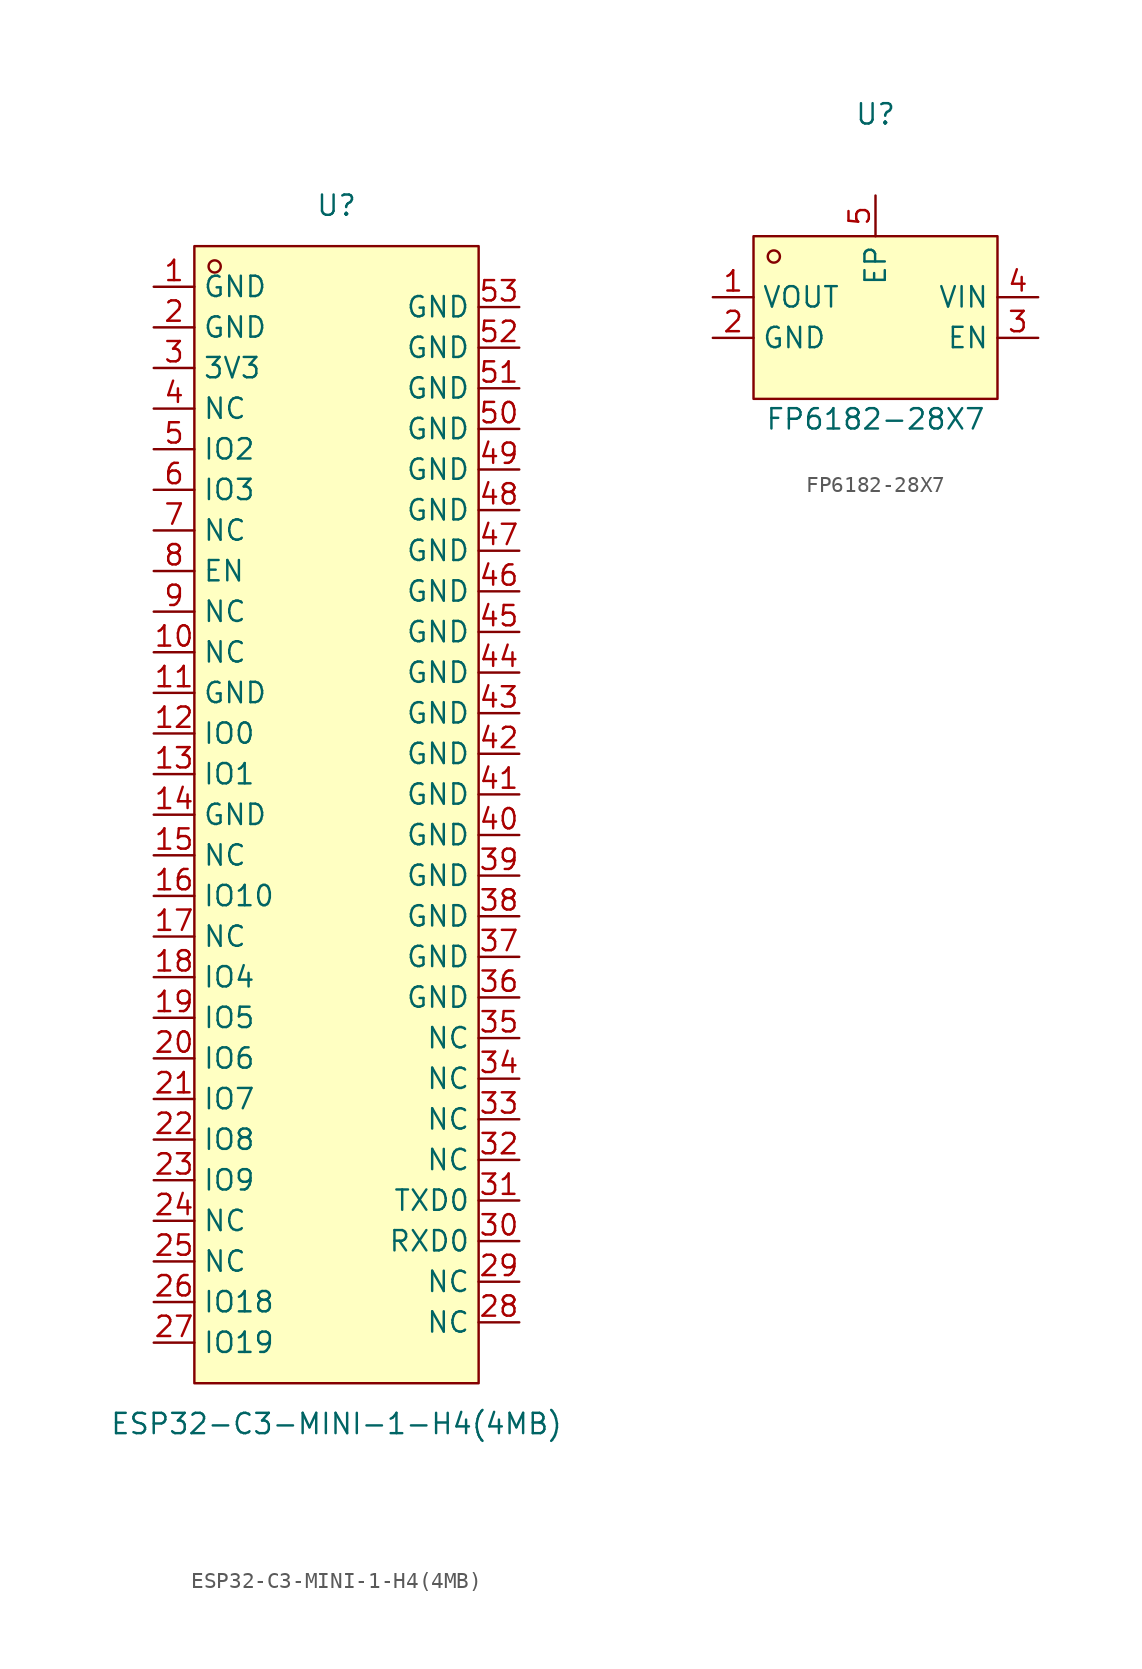
<source format=kicad_sym>
(kicad_symbol_lib
  (version 20211014)
  (generator https://github.com/uPesy/easyeda2kicad.py)
  (symbol "ESP32-C3-MINI-1-H4(4MB)"
    (property "Reference" "U"
      (at 0 38.10 0)
      (effects (font (size 1.27 1.27))))
    (property "Value" "ESP32-C3-MINI-1-H4(4MB)"
      (at 0 -38.10 0)
      (effects (font (size 1.27 1.27))))
    (symbol "ESP32-C3-MINI-1-H4(4MB)_0_1"
      (rectangle (start -8.89 35.56) (end 8.89 -35.56) (stroke (width 0) (type default) (color 0 0 0 0)) (fill (type background)))
      (circle (center -7.62 34.29) (radius 0.38) (stroke (width 0) (type default) (color 0 0 0 0)) (fill (type none)))
      (pin unspecified line (at 11.43 31.75 180) (length 2.54) (name "GND" (effects (font (size 1.27 1.27)))) (number "53" (effects (font (size 1.27 1.27)))))
      (pin unspecified line (at 11.43 29.21 180) (length 2.54) (name "GND" (effects (font (size 1.27 1.27)))) (number "52" (effects (font (size 1.27 1.27)))))
      (pin unspecified line (at 11.43 26.67 180) (length 2.54) (name "GND" (effects (font (size 1.27 1.27)))) (number "51" (effects (font (size 1.27 1.27)))))
      (pin unspecified line (at 11.43 24.13 180) (length 2.54) (name "GND" (effects (font (size 1.27 1.27)))) (number "50" (effects (font (size 1.27 1.27)))))
      (pin unspecified line (at 11.43 21.59 180) (length 2.54) (name "GND" (effects (font (size 1.27 1.27)))) (number "49" (effects (font (size 1.27 1.27)))))
      (pin unspecified line (at 11.43 19.05 180) (length 2.54) (name "GND" (effects (font (size 1.27 1.27)))) (number "48" (effects (font (size 1.27 1.27)))))
      (pin unspecified line (at 11.43 16.51 180) (length 2.54) (name "GND" (effects (font (size 1.27 1.27)))) (number "47" (effects (font (size 1.27 1.27)))))
      (pin unspecified line (at 11.43 13.97 180) (length 2.54) (name "GND" (effects (font (size 1.27 1.27)))) (number "46" (effects (font (size 1.27 1.27)))))
      (pin unspecified line (at 11.43 11.43 180) (length 2.54) (name "GND" (effects (font (size 1.27 1.27)))) (number "45" (effects (font (size 1.27 1.27)))))
      (pin unspecified line (at 11.43 8.89 180) (length 2.54) (name "GND" (effects (font (size 1.27 1.27)))) (number "44" (effects (font (size 1.27 1.27)))))
      (pin unspecified line (at 11.43 6.35 180) (length 2.54) (name "GND" (effects (font (size 1.27 1.27)))) (number "43" (effects (font (size 1.27 1.27)))))
      (pin unspecified line (at 11.43 3.81 180) (length 2.54) (name "GND" (effects (font (size 1.27 1.27)))) (number "42" (effects (font (size 1.27 1.27)))))
      (pin unspecified line (at 11.43 1.27 180) (length 2.54) (name "GND" (effects (font (size 1.27 1.27)))) (number "41" (effects (font (size 1.27 1.27)))))
      (pin unspecified line (at 11.43 -1.27 180) (length 2.54) (name "GND" (effects (font (size 1.27 1.27)))) (number "40" (effects (font (size 1.27 1.27)))))
      (pin unspecified line (at 11.43 -3.81 180) (length 2.54) (name "GND" (effects (font (size 1.27 1.27)))) (number "39" (effects (font (size 1.27 1.27)))))
      (pin unspecified line (at 11.43 -6.35 180) (length 2.54) (name "GND" (effects (font (size 1.27 1.27)))) (number "38" (effects (font (size 1.27 1.27)))))
      (pin unspecified line (at 11.43 -8.89 180) (length 2.54) (name "GND" (effects (font (size 1.27 1.27)))) (number "37" (effects (font (size 1.27 1.27)))))
      (pin unspecified line (at 11.43 -11.43 180) (length 2.54) (name "GND" (effects (font (size 1.27 1.27)))) (number "36" (effects (font (size 1.27 1.27)))))
      (pin unspecified line (at 11.43 -13.97 180) (length 2.54) (name "NC" (effects (font (size 1.27 1.27)))) (number "35" (effects (font (size 1.27 1.27)))))
      (pin unspecified line (at 11.43 -16.51 180) (length 2.54) (name "NC" (effects (font (size 1.27 1.27)))) (number "34" (effects (font (size 1.27 1.27)))))
      (pin unspecified line (at 11.43 -19.05 180) (length 2.54) (name "NC" (effects (font (size 1.27 1.27)))) (number "33" (effects (font (size 1.27 1.27)))))
      (pin unspecified line (at 11.43 -21.59 180) (length 2.54) (name "NC" (effects (font (size 1.27 1.27)))) (number "32" (effects (font (size 1.27 1.27)))))
      (pin unspecified line (at 11.43 -24.13 180) (length 2.54) (name "TXD0" (effects (font (size 1.27 1.27)))) (number "31" (effects (font (size 1.27 1.27)))))
      (pin unspecified line (at 11.43 -26.67 180) (length 2.54) (name "RXD0" (effects (font (size 1.27 1.27)))) (number "30" (effects (font (size 1.27 1.27)))))
      (pin unspecified line (at 11.43 -29.21 180) (length 2.54) (name "NC" (effects (font (size 1.27 1.27)))) (number "29" (effects (font (size 1.27 1.27)))))
      (pin unspecified line (at 11.43 -31.75 180) (length 2.54) (name "NC" (effects (font (size 1.27 1.27)))) (number "28" (effects (font (size 1.27 1.27)))))
      (pin unspecified line (at -11.43 -33.02 0) (length 2.54) (name "IO19" (effects (font (size 1.27 1.27)))) (number "27" (effects (font (size 1.27 1.27)))))
      (pin unspecified line (at -11.43 -30.48 0) (length 2.54) (name "IO18" (effects (font (size 1.27 1.27)))) (number "26" (effects (font (size 1.27 1.27)))))
      (pin unspecified line (at -11.43 -27.94 0) (length 2.54) (name "NC" (effects (font (size 1.27 1.27)))) (number "25" (effects (font (size 1.27 1.27)))))
      (pin unspecified line (at -11.43 -25.40 0) (length 2.54) (name "NC" (effects (font (size 1.27 1.27)))) (number "24" (effects (font (size 1.27 1.27)))))
      (pin unspecified line (at -11.43 -22.86 0) (length 2.54) (name "IO9" (effects (font (size 1.27 1.27)))) (number "23" (effects (font (size 1.27 1.27)))))
      (pin unspecified line (at -11.43 -20.32 0) (length 2.54) (name "IO8" (effects (font (size 1.27 1.27)))) (number "22" (effects (font (size 1.27 1.27)))))
      (pin unspecified line (at -11.43 -17.78 0) (length 2.54) (name "IO7" (effects (font (size 1.27 1.27)))) (number "21" (effects (font (size 1.27 1.27)))))
      (pin unspecified line (at -11.43 -15.24 0) (length 2.54) (name "IO6" (effects (font (size 1.27 1.27)))) (number "20" (effects (font (size 1.27 1.27)))))
      (pin unspecified line (at -11.43 -12.70 0) (length 2.54) (name "IO5" (effects (font (size 1.27 1.27)))) (number "19" (effects (font (size 1.27 1.27)))))
      (pin unspecified line (at -11.43 -10.16 0) (length 2.54) (name "IO4" (effects (font (size 1.27 1.27)))) (number "18" (effects (font (size 1.27 1.27)))))
      (pin unspecified line (at -11.43 -7.62 0) (length 2.54) (name "NC" (effects (font (size 1.27 1.27)))) (number "17" (effects (font (size 1.27 1.27)))))
      (pin unspecified line (at -11.43 -5.08 0) (length 2.54) (name "IO10" (effects (font (size 1.27 1.27)))) (number "16" (effects (font (size 1.27 1.27)))))
      (pin unspecified line (at -11.43 -2.54 0) (length 2.54) (name "NC" (effects (font (size 1.27 1.27)))) (number "15" (effects (font (size 1.27 1.27)))))
      (pin unspecified line (at -11.43 -0.00 0) (length 2.54) (name "GND" (effects (font (size 1.27 1.27)))) (number "14" (effects (font (size 1.27 1.27)))))
      (pin unspecified line (at -11.43 2.54 0) (length 2.54) (name "IO1" (effects (font (size 1.27 1.27)))) (number "13" (effects (font (size 1.27 1.27)))))
      (pin unspecified line (at -11.43 5.08 0) (length 2.54) (name "IO0" (effects (font (size 1.27 1.27)))) (number "12" (effects (font (size 1.27 1.27)))))
      (pin unspecified line (at -11.43 7.62 0) (length 2.54) (name "GND" (effects (font (size 1.27 1.27)))) (number "11" (effects (font (size 1.27 1.27)))))
      (pin unspecified line (at -11.43 10.16 0) (length 2.54) (name "NC" (effects (font (size 1.27 1.27)))) (number "10" (effects (font (size 1.27 1.27)))))
      (pin unspecified line (at -11.43 12.70 0) (length 2.54) (name "NC" (effects (font (size 1.27 1.27)))) (number "9" (effects (font (size 1.27 1.27)))))
      (pin unspecified line (at -11.43 15.24 0) (length 2.54) (name "EN" (effects (font (size 1.27 1.27)))) (number "8" (effects (font (size 1.27 1.27)))))
      (pin unspecified line (at -11.43 17.78 0) (length 2.54) (name "NC" (effects (font (size 1.27 1.27)))) (number "7" (effects (font (size 1.27 1.27)))))
      (pin unspecified line (at -11.43 20.32 0) (length 2.54) (name "IO3" (effects (font (size 1.27 1.27)))) (number "6" (effects (font (size 1.27 1.27)))))
      (pin unspecified line (at -11.43 22.86 0) (length 2.54) (name "IO2" (effects (font (size 1.27 1.27)))) (number "5" (effects (font (size 1.27 1.27)))))
      (pin unspecified line (at -11.43 25.40 0) (length 2.54) (name "NC" (effects (font (size 1.27 1.27)))) (number "4" (effects (font (size 1.27 1.27)))))
      (pin unspecified line (at -11.43 27.94 0) (length 2.54) (name "3V3" (effects (font (size 1.27 1.27)))) (number "3" (effects (font (size 1.27 1.27)))))
      (pin unspecified line (at -11.43 30.48 0) (length 2.54) (name "GND" (effects (font (size 1.27 1.27)))) (number "2" (effects (font (size 1.27 1.27)))))
      (pin unspecified line (at -11.43 33.02 0) (length 2.54) (name "GND" (effects (font (size 1.27 1.27)))) (number "1" (effects (font (size 1.27 1.27)))))))
  (symbol "FP6182-28X7"
    (property "Reference" "U"
      (at 0 12.70 0)
      (effects (font (size 1.27 1.27))))
    (property "Value" "FP6182-28X7"
      (at 0 -6.35 0)
      (effects (font (size 1.27 1.27))))
    (symbol "FP6182-28X7_0_1"
      (rectangle (start -7.62 5.08) (end 7.62 -5.08) (stroke (width 0) (type default) (color 0 0 0 0)) (fill (type background)))
      (circle (center -6.35 3.81) (radius 0.38) (stroke (width 0) (type default) (color 0 0 0 0)) (fill (type none)))
      (pin unspecified line (at -10.16 1.27 0) (length 2.54) (name "VOUT" (effects (font (size 1.27 1.27)))) (number "1" (effects (font (size 1.27 1.27)))))
      (pin unspecified line (at -10.16 -1.27 0) (length 2.54) (name "GND" (effects (font (size 1.27 1.27)))) (number "2" (effects (font (size 1.27 1.27)))))
      (pin unspecified line (at 10.16 -1.27 180) (length 2.54) (name "EN" (effects (font (size 1.27 1.27)))) (number "3" (effects (font (size 1.27 1.27)))))
      (pin unspecified line (at 10.16 1.27 180) (length 2.54) (name "VIN" (effects (font (size 1.27 1.27)))) (number "4" (effects (font (size 1.27 1.27)))))
      (pin unspecified line (at 0.00 7.62 270) (length 2.54) (name "EP" (effects (font (size 1.27 1.27)))) (number "5" (effects (font (size 1.27 1.27))))))))
</source>
